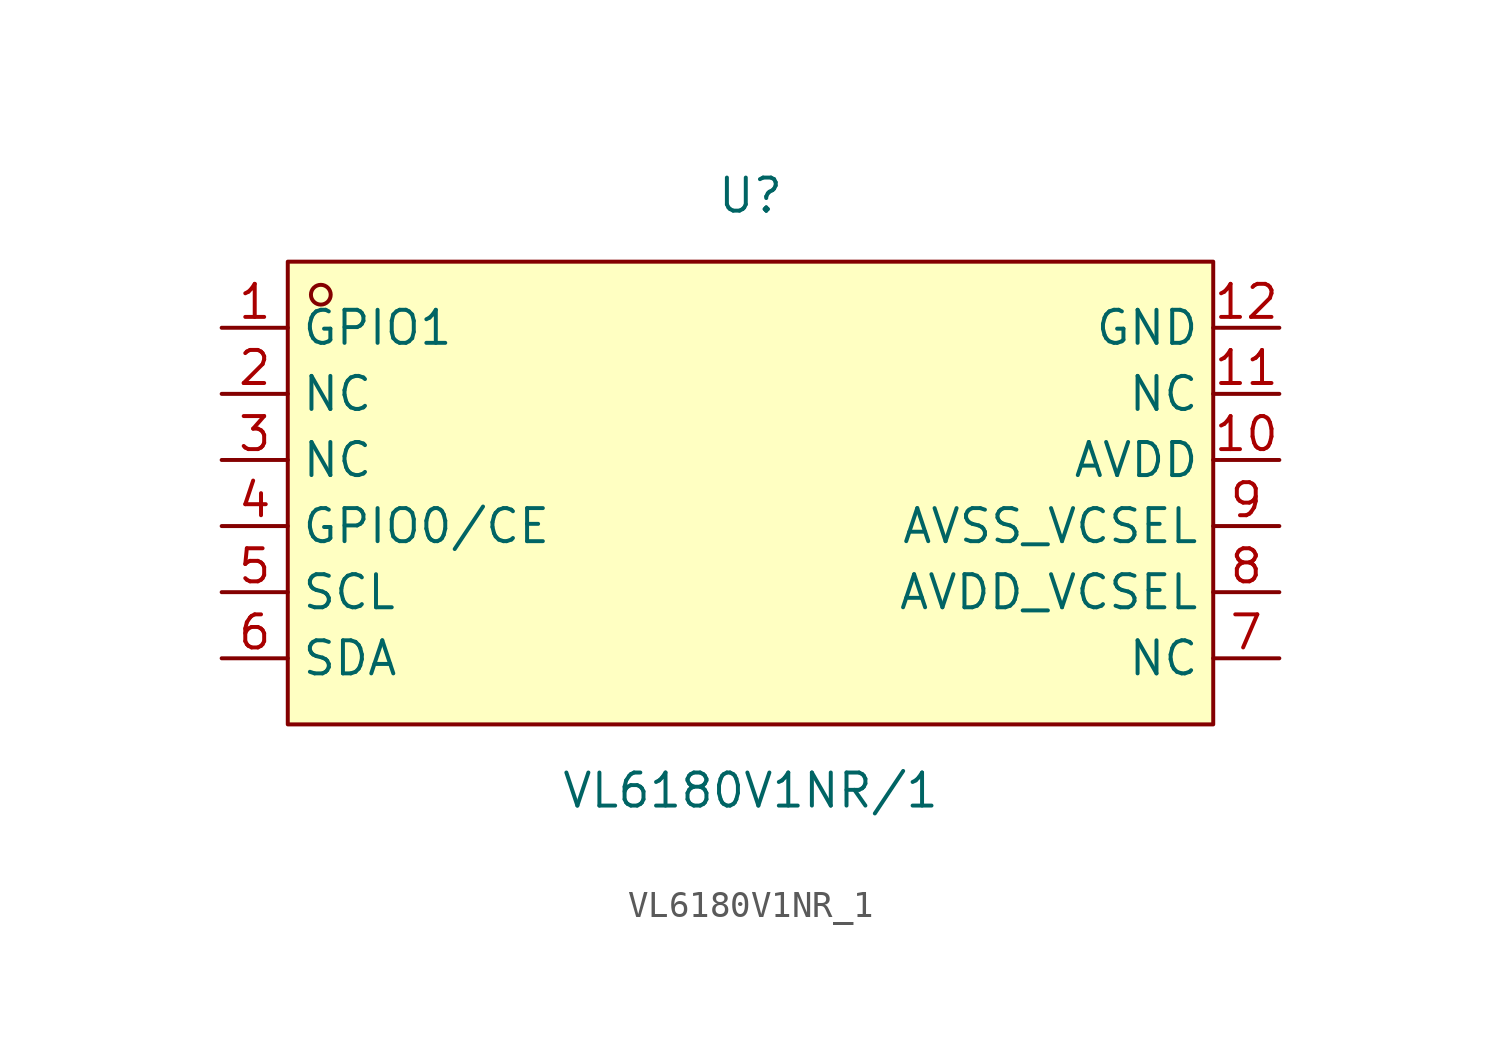
<source format=kicad_sym>
(kicad_symbol_lib
  (version 20231120)
  (generator "kicad_symbol_editor")
  (generator_version "8.0")
  (symbol "VL6180V1NR_1"
    (property "Reference" "U"
      (at 0 11.43 0)
      (effects (font (size 1.27 1.27))))
    (property "Value" "VL6180V1NR/1"
      (at 0 -11.43 0)
      (effects (font (size 1.27 1.27))))
    (symbol "VL6180V1NR_1_0_1"
      (rectangle (start -17.78 8.89) (end 17.78 -8.89) (stroke (width 0) (type default)) (fill (type background)))
      (circle (center -16.51 7.62) (radius 0.38) (stroke (width 0) (type default)) (fill (type none)))
      (pin unspecified line (at -20.32 6.35 0) (length 2.54) (name "GPIO1" (effects (font (size 1.27 1.27)))) (number "1" (effects (font (size 1.27 1.27)))))
      (pin unspecified line (at 20.32 1.27 180) (length 2.54) (name "AVDD" (effects (font (size 1.27 1.27)))) (number "10" (effects (font (size 1.27 1.27)))))
      (pin unspecified line (at 20.32 3.81 180) (length 2.54) (name "NC" (effects (font (size 1.27 1.27)))) (number "11" (effects (font (size 1.27 1.27)))))
      (pin unspecified line (at 20.32 6.35 180) (length 2.54) (name "GND" (effects (font (size 1.27 1.27)))) (number "12" (effects (font (size 1.27 1.27)))))
      (pin unspecified line (at -20.32 3.81 0) (length 2.54) (name "NC" (effects (font (size 1.27 1.27)))) (number "2" (effects (font (size 1.27 1.27)))))
      (pin unspecified line (at -20.32 1.27 0) (length 2.54) (name "NC" (effects (font (size 1.27 1.27)))) (number "3" (effects (font (size 1.27 1.27)))))
      (pin unspecified line (at -20.32 -1.27 0) (length 2.54) (name "GPIO0/CE" (effects (font (size 1.27 1.27)))) (number "4" (effects (font (size 1.27 1.27)))))
      (pin unspecified line (at -20.32 -3.81 0) (length 2.54) (name "SCL" (effects (font (size 1.27 1.27)))) (number "5" (effects (font (size 1.27 1.27)))))
      (pin unspecified line (at -20.32 -6.35 0) (length 2.54) (name "SDA" (effects (font (size 1.27 1.27)))) (number "6" (effects (font (size 1.27 1.27)))))
      (pin unspecified line (at 20.32 -6.35 180) (length 2.54) (name "NC" (effects (font (size 1.27 1.27)))) (number "7" (effects (font (size 1.27 1.27)))))
      (pin unspecified line (at 20.32 -3.81 180) (length 2.54) (name "AVDD_VCSEL" (effects (font (size 1.27 1.27)))) (number "8" (effects (font (size 1.27 1.27)))))
      (pin unspecified line (at 20.32 -1.27 180) (length 2.54) (name "AVSS_VCSEL" (effects (font (size 1.27 1.27)))) (number "9" (effects (font (size 1.27 1.27))))))))
</source>
